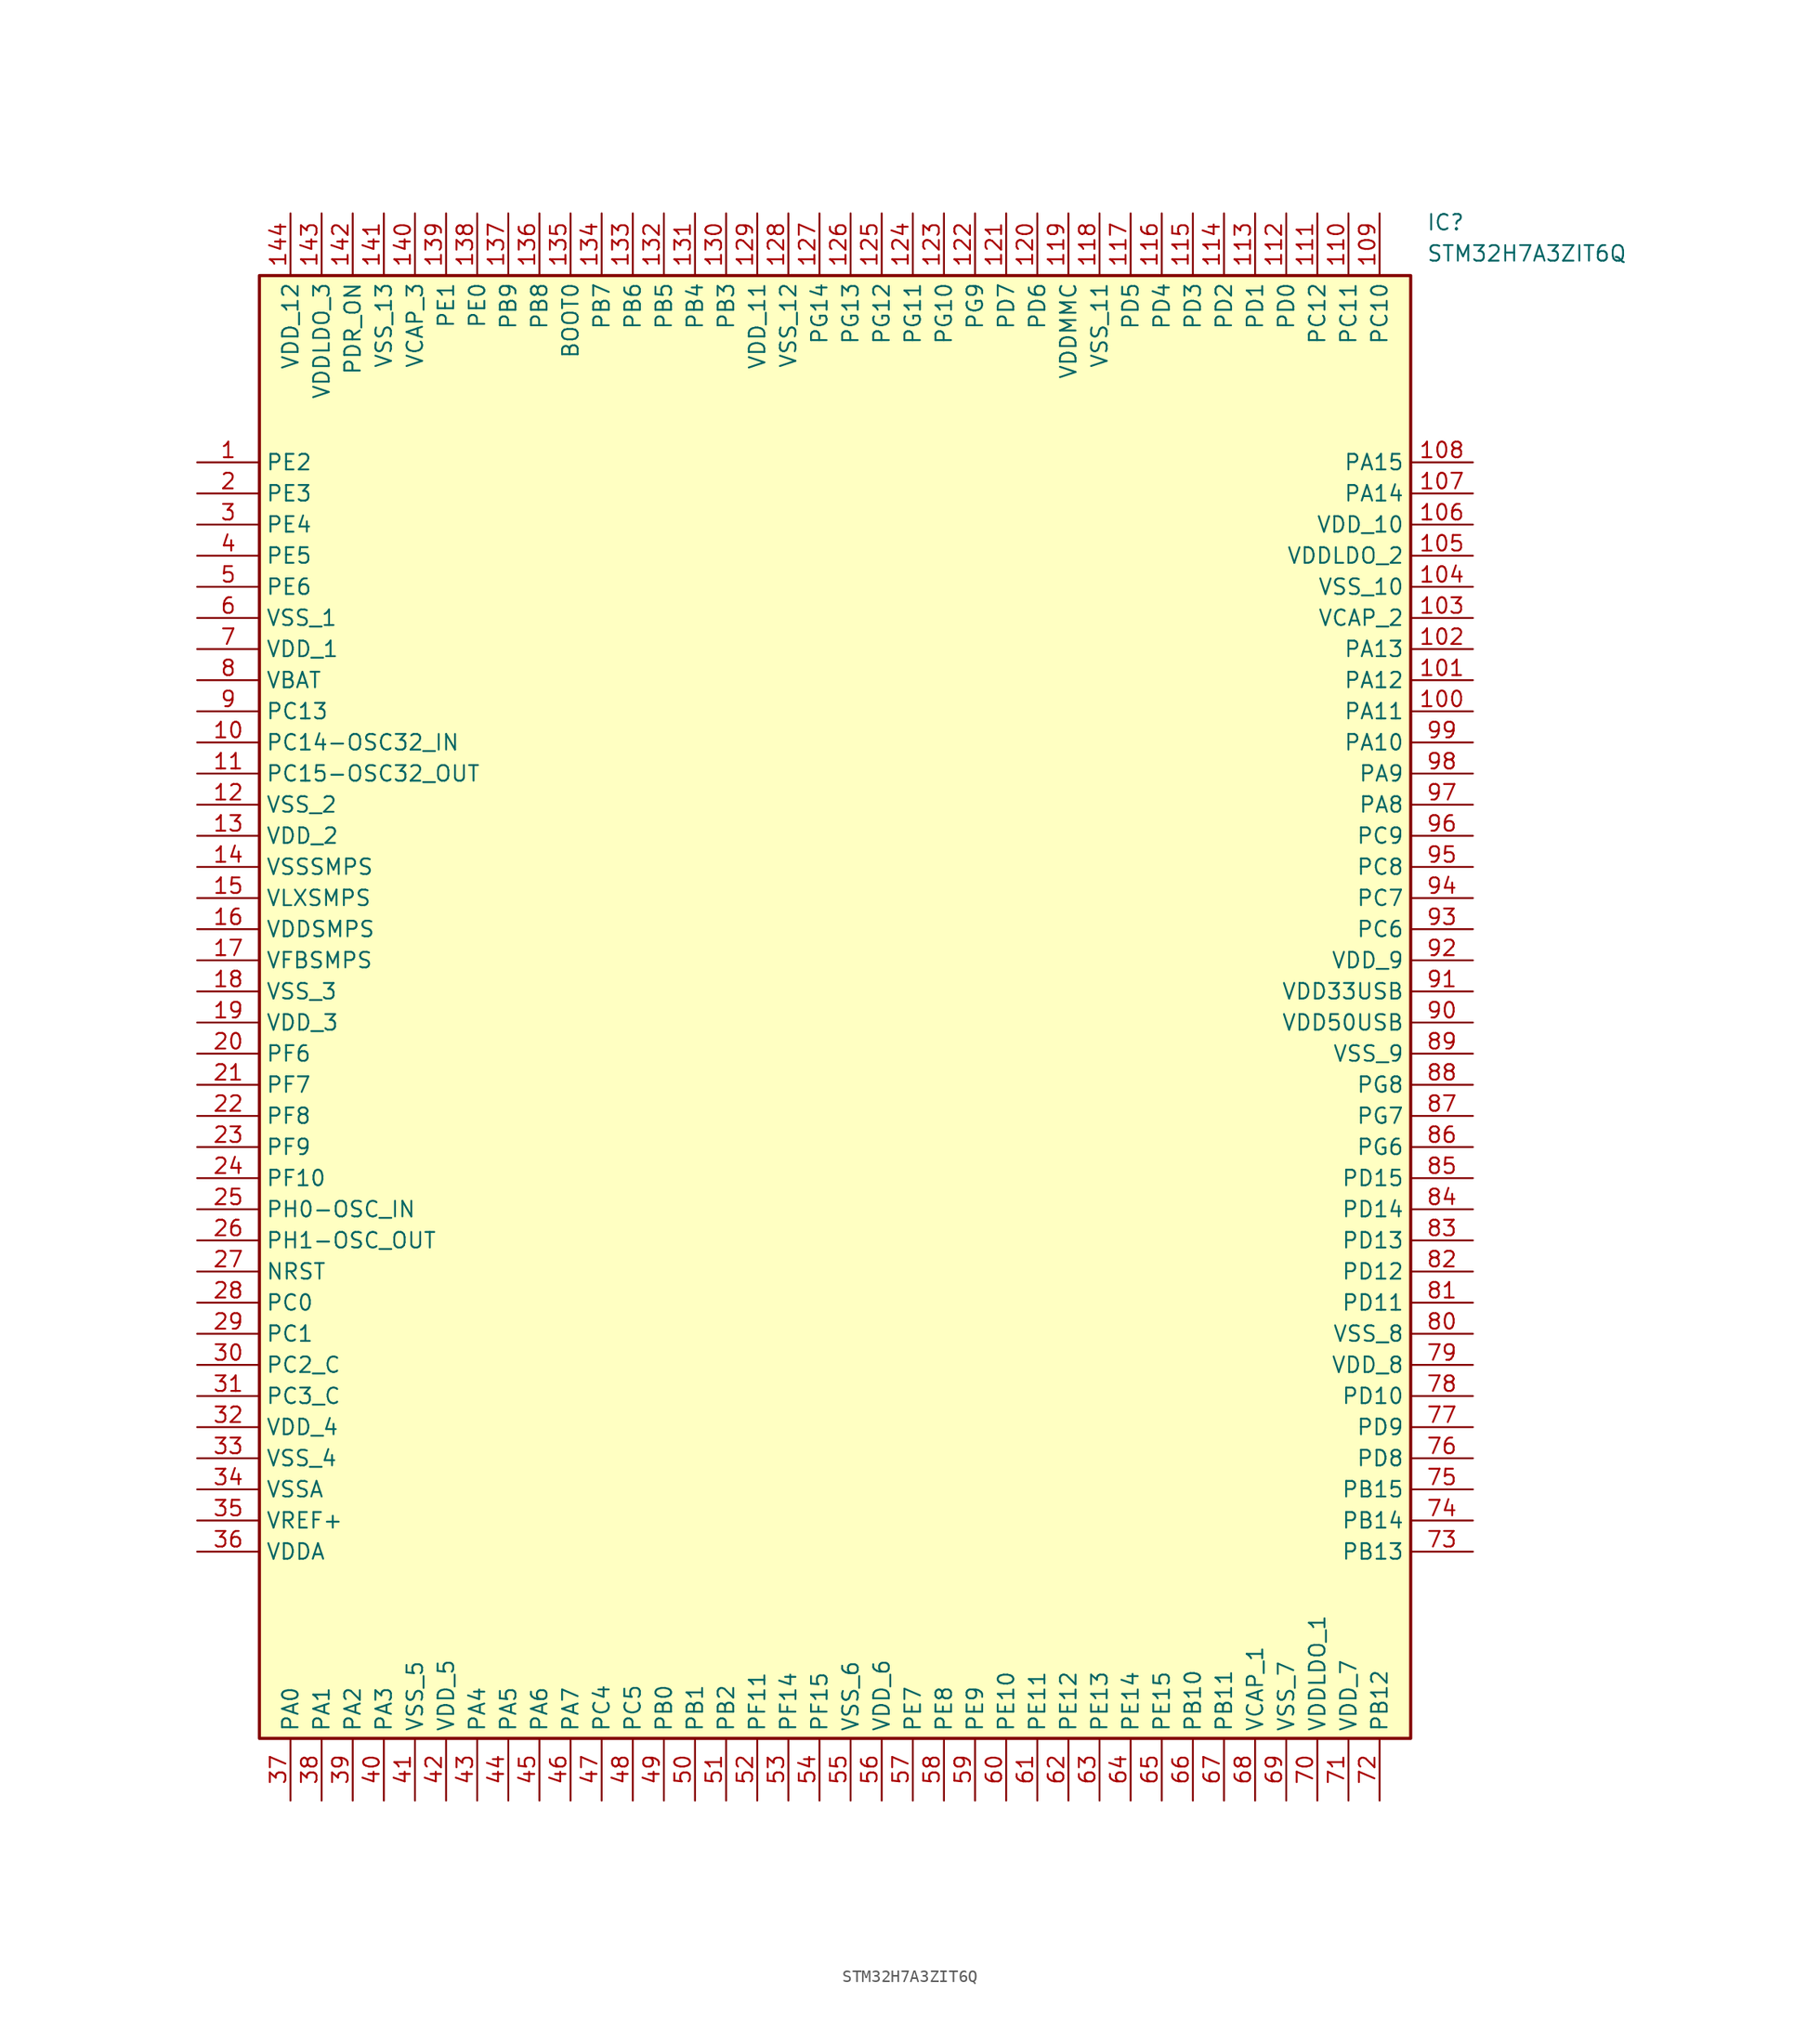
<source format=kicad_sym>
(kicad_symbol_lib
  (version 20211014)
  (generator SamacSys_ECAD_Model)
  (symbol "STM32H7A3ZIT6Q"
    (property "Reference" "IC"
      (at 100.33 20.32 0)
      (effects (font (size 1.27 1.27)) (justify left top)))
    (property "Value" "STM32H7A3ZIT6Q"
      (at 100.33 17.78 0)
      (effects (font (size 1.27 1.27)) (justify left top)))
    (rectangle
      (start 5.08 15.24)
      (end 99.06 -104.14)
      (stroke (width 0.254) (type default))
      (fill (type background)))
    (pin passive line
      (at 0 0 0)
      (length 5.08)
      (name "PE2" (effects (font (size 1.27 1.27))))
      (number "1" (effects (font (size 1.27 1.27)))))
    (pin passive line
      (at 0 -2.54 0)
      (length 5.08)
      (name "PE3" (effects (font (size 1.27 1.27))))
      (number "2" (effects (font (size 1.27 1.27)))))
    (pin passive line
      (at 0 -5.08 0)
      (length 5.08)
      (name "PE4" (effects (font (size 1.27 1.27))))
      (number "3" (effects (font (size 1.27 1.27)))))
    (pin passive line
      (at 0 -7.62 0)
      (length 5.08)
      (name "PE5" (effects (font (size 1.27 1.27))))
      (number "4" (effects (font (size 1.27 1.27)))))
    (pin passive line
      (at 0 -10.16 0)
      (length 5.08)
      (name "PE6" (effects (font (size 1.27 1.27))))
      (number "5" (effects (font (size 1.27 1.27)))))
    (pin passive line
      (at 0 -12.7 0)
      (length 5.08)
      (name "VSS_1" (effects (font (size 1.27 1.27))))
      (number "6" (effects (font (size 1.27 1.27)))))
    (pin passive line
      (at 0 -15.24 0)
      (length 5.08)
      (name "VDD_1" (effects (font (size 1.27 1.27))))
      (number "7" (effects (font (size 1.27 1.27)))))
    (pin passive line
      (at 0 -17.78 0)
      (length 5.08)
      (name "VBAT" (effects (font (size 1.27 1.27))))
      (number "8" (effects (font (size 1.27 1.27)))))
    (pin passive line
      (at 0 -20.32 0)
      (length 5.08)
      (name "PC13" (effects (font (size 1.27 1.27))))
      (number "9" (effects (font (size 1.27 1.27)))))
    (pin passive line
      (at 0 -22.86 0)
      (length 5.08)
      (name "PC14-OSC32_IN" (effects (font (size 1.27 1.27))))
      (number "10" (effects (font (size 1.27 1.27)))))
    (pin passive line
      (at 0 -25.4 0)
      (length 5.08)
      (name "PC15-OSC32_OUT" (effects (font (size 1.27 1.27))))
      (number "11" (effects (font (size 1.27 1.27)))))
    (pin passive line
      (at 0 -27.94 0)
      (length 5.08)
      (name "VSS_2" (effects (font (size 1.27 1.27))))
      (number "12" (effects (font (size 1.27 1.27)))))
    (pin passive line
      (at 0 -30.48 0)
      (length 5.08)
      (name "VDD_2" (effects (font (size 1.27 1.27))))
      (number "13" (effects (font (size 1.27 1.27)))))
    (pin passive line
      (at 0 -33.02 0)
      (length 5.08)
      (name "VSSSMPS" (effects (font (size 1.27 1.27))))
      (number "14" (effects (font (size 1.27 1.27)))))
    (pin passive line
      (at 0 -35.56 0)
      (length 5.08)
      (name "VLXSMPS" (effects (font (size 1.27 1.27))))
      (number "15" (effects (font (size 1.27 1.27)))))
    (pin passive line
      (at 0 -38.1 0)
      (length 5.08)
      (name "VDDSMPS" (effects (font (size 1.27 1.27))))
      (number "16" (effects (font (size 1.27 1.27)))))
    (pin passive line
      (at 0 -40.64 0)
      (length 5.08)
      (name "VFBSMPS" (effects (font (size 1.27 1.27))))
      (number "17" (effects (font (size 1.27 1.27)))))
    (pin passive line
      (at 0 -43.18 0)
      (length 5.08)
      (name "VSS_3" (effects (font (size 1.27 1.27))))
      (number "18" (effects (font (size 1.27 1.27)))))
    (pin passive line
      (at 0 -45.72 0)
      (length 5.08)
      (name "VDD_3" (effects (font (size 1.27 1.27))))
      (number "19" (effects (font (size 1.27 1.27)))))
    (pin passive line
      (at 0 -48.26 0)
      (length 5.08)
      (name "PF6" (effects (font (size 1.27 1.27))))
      (number "20" (effects (font (size 1.27 1.27)))))
    (pin passive line
      (at 0 -50.8 0)
      (length 5.08)
      (name "PF7" (effects (font (size 1.27 1.27))))
      (number "21" (effects (font (size 1.27 1.27)))))
    (pin passive line
      (at 0 -53.34 0)
      (length 5.08)
      (name "PF8" (effects (font (size 1.27 1.27))))
      (number "22" (effects (font (size 1.27 1.27)))))
    (pin passive line
      (at 0 -55.88 0)
      (length 5.08)
      (name "PF9" (effects (font (size 1.27 1.27))))
      (number "23" (effects (font (size 1.27 1.27)))))
    (pin passive line
      (at 0 -58.42 0)
      (length 5.08)
      (name "PF10" (effects (font (size 1.27 1.27))))
      (number "24" (effects (font (size 1.27 1.27)))))
    (pin passive line
      (at 0 -60.96 0)
      (length 5.08)
      (name "PH0-OSC_IN" (effects (font (size 1.27 1.27))))
      (number "25" (effects (font (size 1.27 1.27)))))
    (pin passive line
      (at 0 -63.5 0)
      (length 5.08)
      (name "PH1-OSC_OUT" (effects (font (size 1.27 1.27))))
      (number "26" (effects (font (size 1.27 1.27)))))
    (pin passive line
      (at 0 -66.04 0)
      (length 5.08)
      (name "NRST" (effects (font (size 1.27 1.27))))
      (number "27" (effects (font (size 1.27 1.27)))))
    (pin passive line
      (at 0 -68.58 0)
      (length 5.08)
      (name "PC0" (effects (font (size 1.27 1.27))))
      (number "28" (effects (font (size 1.27 1.27)))))
    (pin passive line
      (at 0 -71.12 0)
      (length 5.08)
      (name "PC1" (effects (font (size 1.27 1.27))))
      (number "29" (effects (font (size 1.27 1.27)))))
    (pin passive line
      (at 0 -73.66 0)
      (length 5.08)
      (name "PC2_C" (effects (font (size 1.27 1.27))))
      (number "30" (effects (font (size 1.27 1.27)))))
    (pin passive line
      (at 0 -76.2 0)
      (length 5.08)
      (name "PC3_C" (effects (font (size 1.27 1.27))))
      (number "31" (effects (font (size 1.27 1.27)))))
    (pin passive line
      (at 0 -78.74 0)
      (length 5.08)
      (name "VDD_4" (effects (font (size 1.27 1.27))))
      (number "32" (effects (font (size 1.27 1.27)))))
    (pin passive line
      (at 0 -81.28 0)
      (length 5.08)
      (name "VSS_4" (effects (font (size 1.27 1.27))))
      (number "33" (effects (font (size 1.27 1.27)))))
    (pin passive line
      (at 0 -83.82 0)
      (length 5.08)
      (name "VSSA" (effects (font (size 1.27 1.27))))
      (number "34" (effects (font (size 1.27 1.27)))))
    (pin passive line
      (at 0 -86.36 0)
      (length 5.08)
      (name "VREF+" (effects (font (size 1.27 1.27))))
      (number "35" (effects (font (size 1.27 1.27)))))
    (pin passive line
      (at 0 -88.9 0)
      (length 5.08)
      (name "VDDA" (effects (font (size 1.27 1.27))))
      (number "36" (effects (font (size 1.27 1.27)))))
    (pin passive line
      (at 7.62 -109.22 90)
      (length 5.08)
      (name "PA0" (effects (font (size 1.27 1.27))))
      (number "37" (effects (font (size 1.27 1.27)))))
    (pin passive line
      (at 10.16 -109.22 90)
      (length 5.08)
      (name "PA1" (effects (font (size 1.27 1.27))))
      (number "38" (effects (font (size 1.27 1.27)))))
    (pin passive line
      (at 12.7 -109.22 90)
      (length 5.08)
      (name "PA2" (effects (font (size 1.27 1.27))))
      (number "39" (effects (font (size 1.27 1.27)))))
    (pin passive line
      (at 15.24 -109.22 90)
      (length 5.08)
      (name "PA3" (effects (font (size 1.27 1.27))))
      (number "40" (effects (font (size 1.27 1.27)))))
    (pin passive line
      (at 17.78 -109.22 90)
      (length 5.08)
      (name "VSS_5" (effects (font (size 1.27 1.27))))
      (number "41" (effects (font (size 1.27 1.27)))))
    (pin passive line
      (at 20.32 -109.22 90)
      (length 5.08)
      (name "VDD_5" (effects (font (size 1.27 1.27))))
      (number "42" (effects (font (size 1.27 1.27)))))
    (pin passive line
      (at 22.86 -109.22 90)
      (length 5.08)
      (name "PA4" (effects (font (size 1.27 1.27))))
      (number "43" (effects (font (size 1.27 1.27)))))
    (pin passive line
      (at 25.4 -109.22 90)
      (length 5.08)
      (name "PA5" (effects (font (size 1.27 1.27))))
      (number "44" (effects (font (size 1.27 1.27)))))
    (pin passive line
      (at 27.94 -109.22 90)
      (length 5.08)
      (name "PA6" (effects (font (size 1.27 1.27))))
      (number "45" (effects (font (size 1.27 1.27)))))
    (pin passive line
      (at 30.48 -109.22 90)
      (length 5.08)
      (name "PA7" (effects (font (size 1.27 1.27))))
      (number "46" (effects (font (size 1.27 1.27)))))
    (pin passive line
      (at 33.02 -109.22 90)
      (length 5.08)
      (name "PC4" (effects (font (size 1.27 1.27))))
      (number "47" (effects (font (size 1.27 1.27)))))
    (pin passive line
      (at 35.56 -109.22 90)
      (length 5.08)
      (name "PC5" (effects (font (size 1.27 1.27))))
      (number "48" (effects (font (size 1.27 1.27)))))
    (pin passive line
      (at 38.1 -109.22 90)
      (length 5.08)
      (name "PB0" (effects (font (size 1.27 1.27))))
      (number "49" (effects (font (size 1.27 1.27)))))
    (pin passive line
      (at 40.64 -109.22 90)
      (length 5.08)
      (name "PB1" (effects (font (size 1.27 1.27))))
      (number "50" (effects (font (size 1.27 1.27)))))
    (pin passive line
      (at 43.18 -109.22 90)
      (length 5.08)
      (name "PB2" (effects (font (size 1.27 1.27))))
      (number "51" (effects (font (size 1.27 1.27)))))
    (pin passive line
      (at 45.72 -109.22 90)
      (length 5.08)
      (name "PF11" (effects (font (size 1.27 1.27))))
      (number "52" (effects (font (size 1.27 1.27)))))
    (pin passive line
      (at 48.26 -109.22 90)
      (length 5.08)
      (name "PF14" (effects (font (size 1.27 1.27))))
      (number "53" (effects (font (size 1.27 1.27)))))
    (pin passive line
      (at 50.8 -109.22 90)
      (length 5.08)
      (name "PF15" (effects (font (size 1.27 1.27))))
      (number "54" (effects (font (size 1.27 1.27)))))
    (pin passive line
      (at 53.34 -109.22 90)
      (length 5.08)
      (name "VSS_6" (effects (font (size 1.27 1.27))))
      (number "55" (effects (font (size 1.27 1.27)))))
    (pin passive line
      (at 55.88 -109.22 90)
      (length 5.08)
      (name "VDD_6" (effects (font (size 1.27 1.27))))
      (number "56" (effects (font (size 1.27 1.27)))))
    (pin passive line
      (at 58.42 -109.22 90)
      (length 5.08)
      (name "PE7" (effects (font (size 1.27 1.27))))
      (number "57" (effects (font (size 1.27 1.27)))))
    (pin passive line
      (at 60.96 -109.22 90)
      (length 5.08)
      (name "PE8" (effects (font (size 1.27 1.27))))
      (number "58" (effects (font (size 1.27 1.27)))))
    (pin passive line
      (at 63.5 -109.22 90)
      (length 5.08)
      (name "PE9" (effects (font (size 1.27 1.27))))
      (number "59" (effects (font (size 1.27 1.27)))))
    (pin passive line
      (at 66.04 -109.22 90)
      (length 5.08)
      (name "PE10" (effects (font (size 1.27 1.27))))
      (number "60" (effects (font (size 1.27 1.27)))))
    (pin passive line
      (at 68.58 -109.22 90)
      (length 5.08)
      (name "PE11" (effects (font (size 1.27 1.27))))
      (number "61" (effects (font (size 1.27 1.27)))))
    (pin passive line
      (at 71.12 -109.22 90)
      (length 5.08)
      (name "PE12" (effects (font (size 1.27 1.27))))
      (number "62" (effects (font (size 1.27 1.27)))))
    (pin passive line
      (at 73.66 -109.22 90)
      (length 5.08)
      (name "PE13" (effects (font (size 1.27 1.27))))
      (number "63" (effects (font (size 1.27 1.27)))))
    (pin passive line
      (at 76.2 -109.22 90)
      (length 5.08)
      (name "PE14" (effects (font (size 1.27 1.27))))
      (number "64" (effects (font (size 1.27 1.27)))))
    (pin passive line
      (at 78.74 -109.22 90)
      (length 5.08)
      (name "PE15" (effects (font (size 1.27 1.27))))
      (number "65" (effects (font (size 1.27 1.27)))))
    (pin passive line
      (at 81.28 -109.22 90)
      (length 5.08)
      (name "PB10" (effects (font (size 1.27 1.27))))
      (number "66" (effects (font (size 1.27 1.27)))))
    (pin passive line
      (at 83.82 -109.22 90)
      (length 5.08)
      (name "PB11" (effects (font (size 1.27 1.27))))
      (number "67" (effects (font (size 1.27 1.27)))))
    (pin passive line
      (at 86.36 -109.22 90)
      (length 5.08)
      (name "VCAP_1" (effects (font (size 1.27 1.27))))
      (number "68" (effects (font (size 1.27 1.27)))))
    (pin passive line
      (at 88.9 -109.22 90)
      (length 5.08)
      (name "VSS_7" (effects (font (size 1.27 1.27))))
      (number "69" (effects (font (size 1.27 1.27)))))
    (pin passive line
      (at 91.44 -109.22 90)
      (length 5.08)
      (name "VDDLDO_1" (effects (font (size 1.27 1.27))))
      (number "70" (effects (font (size 1.27 1.27)))))
    (pin passive line
      (at 93.98 -109.22 90)
      (length 5.08)
      (name "VDD_7" (effects (font (size 1.27 1.27))))
      (number "71" (effects (font (size 1.27 1.27)))))
    (pin passive line
      (at 96.52 -109.22 90)
      (length 5.08)
      (name "PB12" (effects (font (size 1.27 1.27))))
      (number "72" (effects (font (size 1.27 1.27)))))
    (pin passive line
      (at 104.14 0 180)
      (length 5.08)
      (name "PA15" (effects (font (size 1.27 1.27))))
      (number "108" (effects (font (size 1.27 1.27)))))
    (pin passive line
      (at 104.14 -2.54 180)
      (length 5.08)
      (name "PA14" (effects (font (size 1.27 1.27))))
      (number "107" (effects (font (size 1.27 1.27)))))
    (pin passive line
      (at 104.14 -5.08 180)
      (length 5.08)
      (name "VDD_10" (effects (font (size 1.27 1.27))))
      (number "106" (effects (font (size 1.27 1.27)))))
    (pin passive line
      (at 104.14 -7.62 180)
      (length 5.08)
      (name "VDDLDO_2" (effects (font (size 1.27 1.27))))
      (number "105" (effects (font (size 1.27 1.27)))))
    (pin passive line
      (at 104.14 -10.16 180)
      (length 5.08)
      (name "VSS_10" (effects (font (size 1.27 1.27))))
      (number "104" (effects (font (size 1.27 1.27)))))
    (pin passive line
      (at 104.14 -12.7 180)
      (length 5.08)
      (name "VCAP_2" (effects (font (size 1.27 1.27))))
      (number "103" (effects (font (size 1.27 1.27)))))
    (pin passive line
      (at 104.14 -15.24 180)
      (length 5.08)
      (name "PA13" (effects (font (size 1.27 1.27))))
      (number "102" (effects (font (size 1.27 1.27)))))
    (pin passive line
      (at 104.14 -17.78 180)
      (length 5.08)
      (name "PA12" (effects (font (size 1.27 1.27))))
      (number "101" (effects (font (size 1.27 1.27)))))
    (pin passive line
      (at 104.14 -20.32 180)
      (length 5.08)
      (name "PA11" (effects (font (size 1.27 1.27))))
      (number "100" (effects (font (size 1.27 1.27)))))
    (pin passive line
      (at 104.14 -22.86 180)
      (length 5.08)
      (name "PA10" (effects (font (size 1.27 1.27))))
      (number "99" (effects (font (size 1.27 1.27)))))
    (pin passive line
      (at 104.14 -25.4 180)
      (length 5.08)
      (name "PA9" (effects (font (size 1.27 1.27))))
      (number "98" (effects (font (size 1.27 1.27)))))
    (pin passive line
      (at 104.14 -27.94 180)
      (length 5.08)
      (name "PA8" (effects (font (size 1.27 1.27))))
      (number "97" (effects (font (size 1.27 1.27)))))
    (pin passive line
      (at 104.14 -30.48 180)
      (length 5.08)
      (name "PC9" (effects (font (size 1.27 1.27))))
      (number "96" (effects (font (size 1.27 1.27)))))
    (pin passive line
      (at 104.14 -33.02 180)
      (length 5.08)
      (name "PC8" (effects (font (size 1.27 1.27))))
      (number "95" (effects (font (size 1.27 1.27)))))
    (pin passive line
      (at 104.14 -35.56 180)
      (length 5.08)
      (name "PC7" (effects (font (size 1.27 1.27))))
      (number "94" (effects (font (size 1.27 1.27)))))
    (pin passive line
      (at 104.14 -38.1 180)
      (length 5.08)
      (name "PC6" (effects (font (size 1.27 1.27))))
      (number "93" (effects (font (size 1.27 1.27)))))
    (pin passive line
      (at 104.14 -40.64 180)
      (length 5.08)
      (name "VDD_9" (effects (font (size 1.27 1.27))))
      (number "92" (effects (font (size 1.27 1.27)))))
    (pin passive line
      (at 104.14 -43.18 180)
      (length 5.08)
      (name "VDD33USB" (effects (font (size 1.27 1.27))))
      (number "91" (effects (font (size 1.27 1.27)))))
    (pin passive line
      (at 104.14 -45.72 180)
      (length 5.08)
      (name "VDD50USB" (effects (font (size 1.27 1.27))))
      (number "90" (effects (font (size 1.27 1.27)))))
    (pin passive line
      (at 104.14 -48.26 180)
      (length 5.08)
      (name "VSS_9" (effects (font (size 1.27 1.27))))
      (number "89" (effects (font (size 1.27 1.27)))))
    (pin passive line
      (at 104.14 -50.8 180)
      (length 5.08)
      (name "PG8" (effects (font (size 1.27 1.27))))
      (number "88" (effects (font (size 1.27 1.27)))))
    (pin passive line
      (at 104.14 -53.34 180)
      (length 5.08)
      (name "PG7" (effects (font (size 1.27 1.27))))
      (number "87" (effects (font (size 1.27 1.27)))))
    (pin passive line
      (at 104.14 -55.88 180)
      (length 5.08)
      (name "PG6" (effects (font (size 1.27 1.27))))
      (number "86" (effects (font (size 1.27 1.27)))))
    (pin passive line
      (at 104.14 -58.42 180)
      (length 5.08)
      (name "PD15" (effects (font (size 1.27 1.27))))
      (number "85" (effects (font (size 1.27 1.27)))))
    (pin passive line
      (at 104.14 -60.96 180)
      (length 5.08)
      (name "PD14" (effects (font (size 1.27 1.27))))
      (number "84" (effects (font (size 1.27 1.27)))))
    (pin passive line
      (at 104.14 -63.5 180)
      (length 5.08)
      (name "PD13" (effects (font (size 1.27 1.27))))
      (number "83" (effects (font (size 1.27 1.27)))))
    (pin passive line
      (at 104.14 -66.04 180)
      (length 5.08)
      (name "PD12" (effects (font (size 1.27 1.27))))
      (number "82" (effects (font (size 1.27 1.27)))))
    (pin passive line
      (at 104.14 -68.58 180)
      (length 5.08)
      (name "PD11" (effects (font (size 1.27 1.27))))
      (number "81" (effects (font (size 1.27 1.27)))))
    (pin passive line
      (at 104.14 -71.12 180)
      (length 5.08)
      (name "VSS_8" (effects (font (size 1.27 1.27))))
      (number "80" (effects (font (size 1.27 1.27)))))
    (pin passive line
      (at 104.14 -73.66 180)
      (length 5.08)
      (name "VDD_8" (effects (font (size 1.27 1.27))))
      (number "79" (effects (font (size 1.27 1.27)))))
    (pin passive line
      (at 104.14 -76.2 180)
      (length 5.08)
      (name "PD10" (effects (font (size 1.27 1.27))))
      (number "78" (effects (font (size 1.27 1.27)))))
    (pin passive line
      (at 104.14 -78.74 180)
      (length 5.08)
      (name "PD9" (effects (font (size 1.27 1.27))))
      (number "77" (effects (font (size 1.27 1.27)))))
    (pin passive line
      (at 104.14 -81.28 180)
      (length 5.08)
      (name "PD8" (effects (font (size 1.27 1.27))))
      (number "76" (effects (font (size 1.27 1.27)))))
    (pin passive line
      (at 104.14 -83.82 180)
      (length 5.08)
      (name "PB15" (effects (font (size 1.27 1.27))))
      (number "75" (effects (font (size 1.27 1.27)))))
    (pin passive line
      (at 104.14 -86.36 180)
      (length 5.08)
      (name "PB14" (effects (font (size 1.27 1.27))))
      (number "74" (effects (font (size 1.27 1.27)))))
    (pin passive line
      (at 104.14 -88.9 180)
      (length 5.08)
      (name "PB13" (effects (font (size 1.27 1.27))))
      (number "73" (effects (font (size 1.27 1.27)))))
    (pin passive line
      (at 7.62 20.32 270)
      (length 5.08)
      (name "VDD_12" (effects (font (size 1.27 1.27))))
      (number "144" (effects (font (size 1.27 1.27)))))
    (pin passive line
      (at 10.16 20.32 270)
      (length 5.08)
      (name "VDDLDO_3" (effects (font (size 1.27 1.27))))
      (number "143" (effects (font (size 1.27 1.27)))))
    (pin passive line
      (at 12.7 20.32 270)
      (length 5.08)
      (name "PDR_ON" (effects (font (size 1.27 1.27))))
      (number "142" (effects (font (size 1.27 1.27)))))
    (pin passive line
      (at 15.24 20.32 270)
      (length 5.08)
      (name "VSS_13" (effects (font (size 1.27 1.27))))
      (number "141" (effects (font (size 1.27 1.27)))))
    (pin passive line
      (at 17.78 20.32 270)
      (length 5.08)
      (name "VCAP_3" (effects (font (size 1.27 1.27))))
      (number "140" (effects (font (size 1.27 1.27)))))
    (pin passive line
      (at 20.32 20.32 270)
      (length 5.08)
      (name "PE1" (effects (font (size 1.27 1.27))))
      (number "139" (effects (font (size 1.27 1.27)))))
    (pin passive line
      (at 22.86 20.32 270)
      (length 5.08)
      (name "PE0" (effects (font (size 1.27 1.27))))
      (number "138" (effects (font (size 1.27 1.27)))))
    (pin passive line
      (at 25.4 20.32 270)
      (length 5.08)
      (name "PB9" (effects (font (size 1.27 1.27))))
      (number "137" (effects (font (size 1.27 1.27)))))
    (pin passive line
      (at 27.94 20.32 270)
      (length 5.08)
      (name "PB8" (effects (font (size 1.27 1.27))))
      (number "136" (effects (font (size 1.27 1.27)))))
    (pin passive line
      (at 30.48 20.32 270)
      (length 5.08)
      (name "BOOT0" (effects (font (size 1.27 1.27))))
      (number "135" (effects (font (size 1.27 1.27)))))
    (pin passive line
      (at 33.02 20.32 270)
      (length 5.08)
      (name "PB7" (effects (font (size 1.27 1.27))))
      (number "134" (effects (font (size 1.27 1.27)))))
    (pin passive line
      (at 35.56 20.32 270)
      (length 5.08)
      (name "PB6" (effects (font (size 1.27 1.27))))
      (number "133" (effects (font (size 1.27 1.27)))))
    (pin passive line
      (at 38.1 20.32 270)
      (length 5.08)
      (name "PB5" (effects (font (size 1.27 1.27))))
      (number "132" (effects (font (size 1.27 1.27)))))
    (pin passive line
      (at 40.64 20.32 270)
      (length 5.08)
      (name "PB4" (effects (font (size 1.27 1.27))))
      (number "131" (effects (font (size 1.27 1.27)))))
    (pin passive line
      (at 43.18 20.32 270)
      (length 5.08)
      (name "PB3" (effects (font (size 1.27 1.27))))
      (number "130" (effects (font (size 1.27 1.27)))))
    (pin passive line
      (at 45.72 20.32 270)
      (length 5.08)
      (name "VDD_11" (effects (font (size 1.27 1.27))))
      (number "129" (effects (font (size 1.27 1.27)))))
    (pin passive line
      (at 48.26 20.32 270)
      (length 5.08)
      (name "VSS_12" (effects (font (size 1.27 1.27))))
      (number "128" (effects (font (size 1.27 1.27)))))
    (pin passive line
      (at 50.8 20.32 270)
      (length 5.08)
      (name "PG14" (effects (font (size 1.27 1.27))))
      (number "127" (effects (font (size 1.27 1.27)))))
    (pin passive line
      (at 53.34 20.32 270)
      (length 5.08)
      (name "PG13" (effects (font (size 1.27 1.27))))
      (number "126" (effects (font (size 1.27 1.27)))))
    (pin passive line
      (at 55.88 20.32 270)
      (length 5.08)
      (name "PG12" (effects (font (size 1.27 1.27))))
      (number "125" (effects (font (size 1.27 1.27)))))
    (pin passive line
      (at 58.42 20.32 270)
      (length 5.08)
      (name "PG11" (effects (font (size 1.27 1.27))))
      (number "124" (effects (font (size 1.27 1.27)))))
    (pin passive line
      (at 60.96 20.32 270)
      (length 5.08)
      (name "PG10" (effects (font (size 1.27 1.27))))
      (number "123" (effects (font (size 1.27 1.27)))))
    (pin passive line
      (at 63.5 20.32 270)
      (length 5.08)
      (name "PG9" (effects (font (size 1.27 1.27))))
      (number "122" (effects (font (size 1.27 1.27)))))
    (pin passive line
      (at 66.04 20.32 270)
      (length 5.08)
      (name "PD7" (effects (font (size 1.27 1.27))))
      (number "121" (effects (font (size 1.27 1.27)))))
    (pin passive line
      (at 68.58 20.32 270)
      (length 5.08)
      (name "PD6" (effects (font (size 1.27 1.27))))
      (number "120" (effects (font (size 1.27 1.27)))))
    (pin passive line
      (at 71.12 20.32 270)
      (length 5.08)
      (name "VDDMMC" (effects (font (size 1.27 1.27))))
      (number "119" (effects (font (size 1.27 1.27)))))
    (pin passive line
      (at 73.66 20.32 270)
      (length 5.08)
      (name "VSS_11" (effects (font (size 1.27 1.27))))
      (number "118" (effects (font (size 1.27 1.27)))))
    (pin passive line
      (at 76.2 20.32 270)
      (length 5.08)
      (name "PD5" (effects (font (size 1.27 1.27))))
      (number "117" (effects (font (size 1.27 1.27)))))
    (pin passive line
      (at 78.74 20.32 270)
      (length 5.08)
      (name "PD4" (effects (font (size 1.27 1.27))))
      (number "116" (effects (font (size 1.27 1.27)))))
    (pin passive line
      (at 81.28 20.32 270)
      (length 5.08)
      (name "PD3" (effects (font (size 1.27 1.27))))
      (number "115" (effects (font (size 1.27 1.27)))))
    (pin passive line
      (at 83.82 20.32 270)
      (length 5.08)
      (name "PD2" (effects (font (size 1.27 1.27))))
      (number "114" (effects (font (size 1.27 1.27)))))
    (pin passive line
      (at 86.36 20.32 270)
      (length 5.08)
      (name "PD1" (effects (font (size 1.27 1.27))))
      (number "113" (effects (font (size 1.27 1.27)))))
    (pin passive line
      (at 88.9 20.32 270)
      (length 5.08)
      (name "PD0" (effects (font (size 1.27 1.27))))
      (number "112" (effects (font (size 1.27 1.27)))))
    (pin passive line
      (at 91.44 20.32 270)
      (length 5.08)
      (name "PC12" (effects (font (size 1.27 1.27))))
      (number "111" (effects (font (size 1.27 1.27)))))
    (pin passive line
      (at 93.98 20.32 270)
      (length 5.08)
      (name "PC11" (effects (font (size 1.27 1.27))))
      (number "110" (effects (font (size 1.27 1.27)))))
    (pin passive line
      (at 96.52 20.32 270)
      (length 5.08)
      (name "PC10" (effects (font (size 1.27 1.27))))
      (number "109" (effects (font (size 1.27 1.27)))))))
</source>
